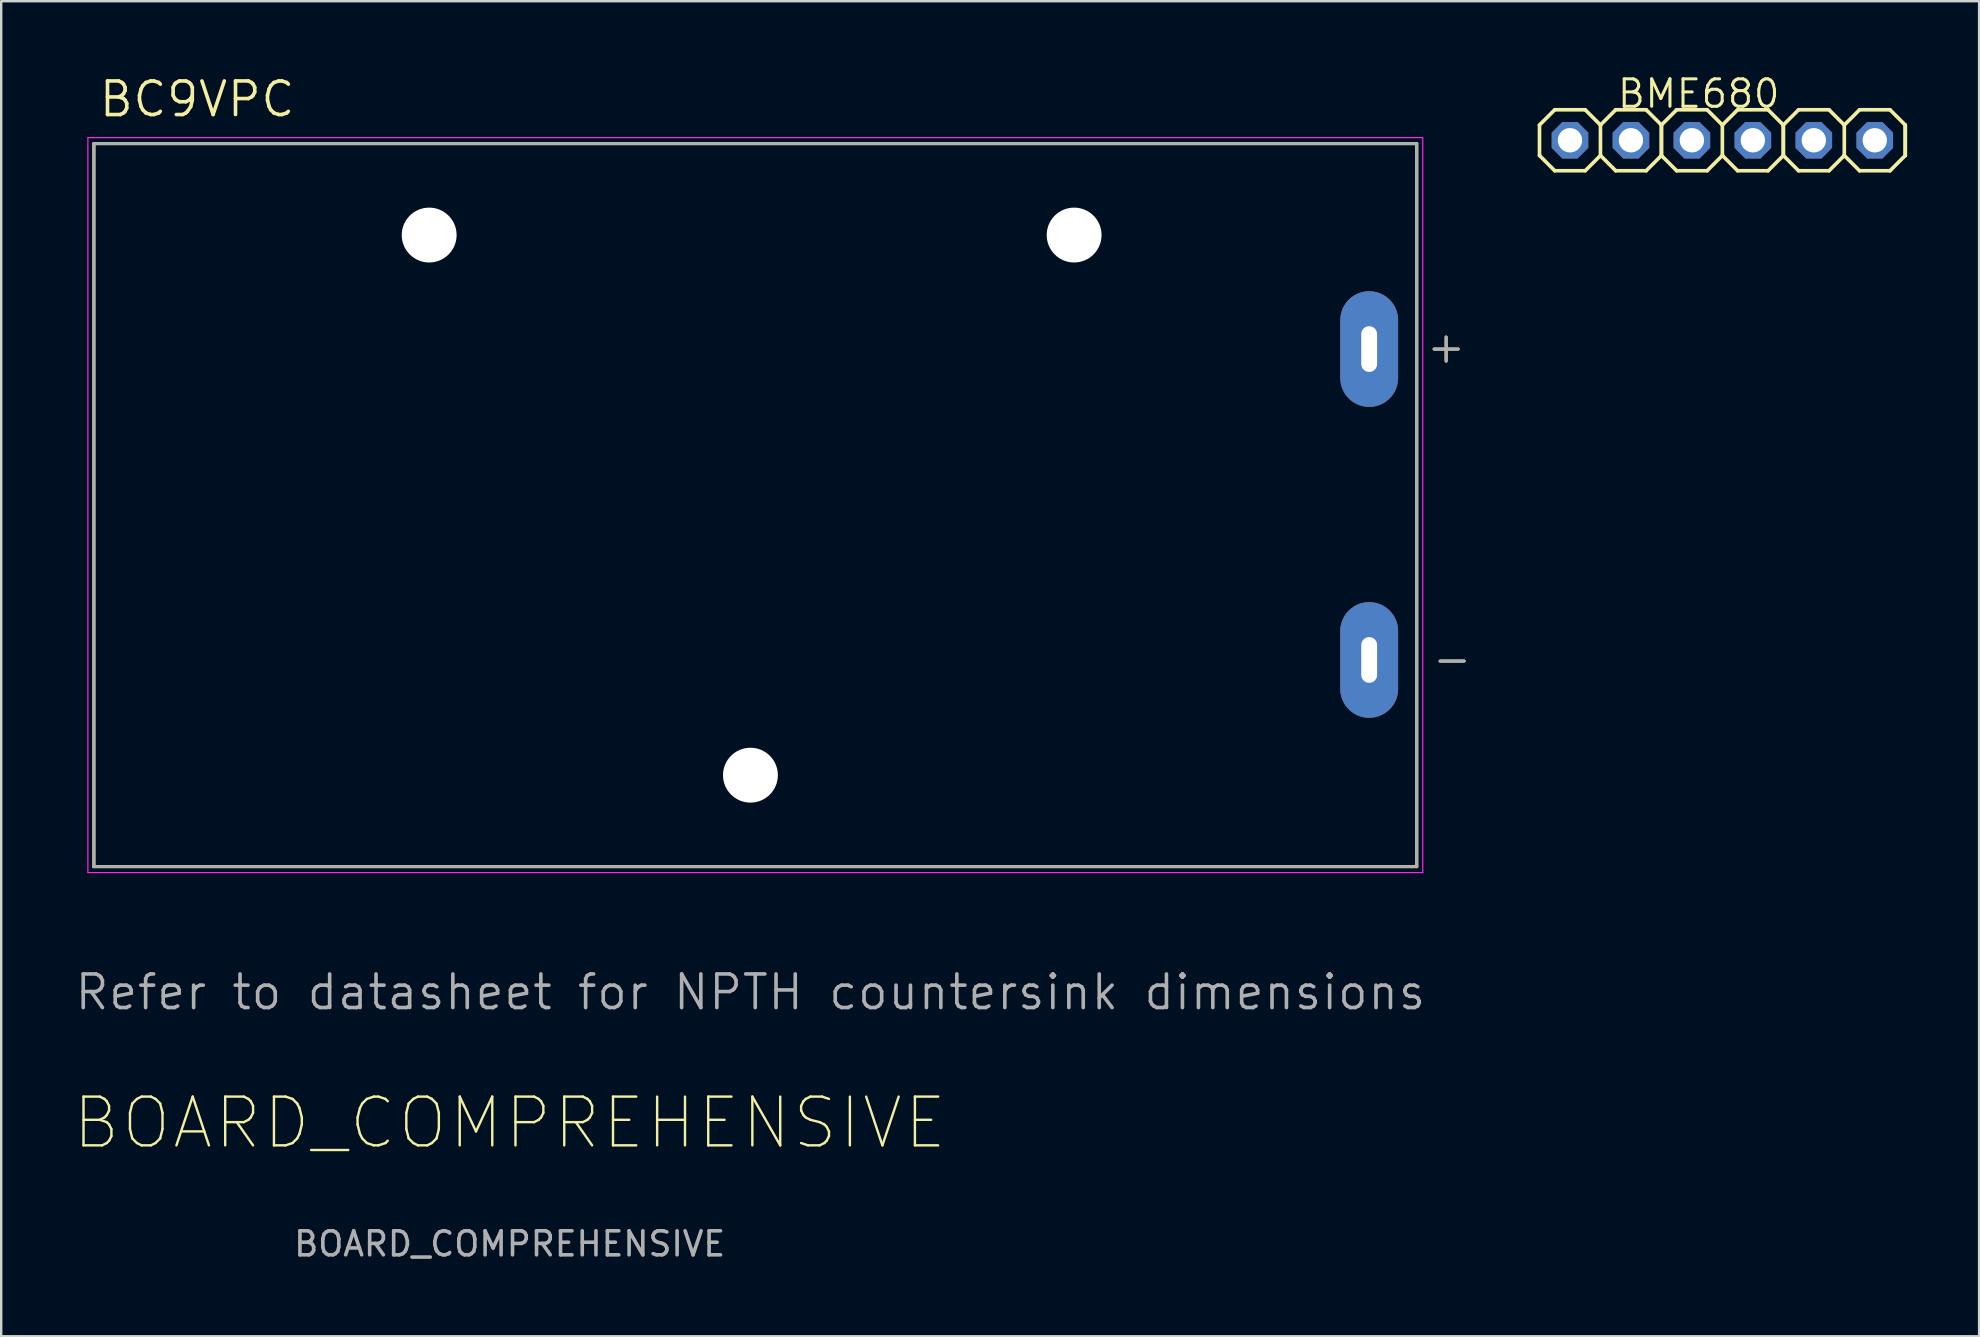
<source format=kicad_pcb>
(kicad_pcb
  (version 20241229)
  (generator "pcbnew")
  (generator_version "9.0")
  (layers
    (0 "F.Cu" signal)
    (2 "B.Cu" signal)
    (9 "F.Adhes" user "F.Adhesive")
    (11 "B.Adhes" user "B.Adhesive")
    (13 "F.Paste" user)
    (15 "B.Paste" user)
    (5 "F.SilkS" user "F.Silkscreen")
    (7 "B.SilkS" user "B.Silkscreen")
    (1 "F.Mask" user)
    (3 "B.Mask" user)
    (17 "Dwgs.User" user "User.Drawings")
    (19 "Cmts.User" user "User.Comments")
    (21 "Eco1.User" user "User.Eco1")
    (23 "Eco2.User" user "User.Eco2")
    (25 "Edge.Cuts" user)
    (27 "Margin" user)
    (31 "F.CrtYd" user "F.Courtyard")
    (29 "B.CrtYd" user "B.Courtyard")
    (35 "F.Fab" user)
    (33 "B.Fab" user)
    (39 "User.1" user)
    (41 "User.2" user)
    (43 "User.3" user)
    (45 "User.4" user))
  (footprint "BOARD_COMPREHENSIVE"
    (layer "F.Cu")
    (at 18.186 46.278)
    (property "Reference" "BOARD_COMPREHENSIVE" (at 0 -2.54 0) (unlocked yes) (layer "F.SilkS") (effects (font (size 2.032 2.032) (thickness 0.1))))
    (fp_text user "${REFERENCE}" (at 0 2.5 0) (unlocked yes) (layer "F.Fab") (effects (font (size 1 1) (thickness 0.15)))))
  (footprint "BME680"
    (layer "F.Cu")
    (at 64.905 2.794)
    (property "Reference" "BME680" (at -0.635 -1.27 0) (layer "F.SilkS") (effects (font (size 1.143 1.143) (thickness 0.127)) (justify left bottom)))
    (attr through_hole)
    (fp_line (start -3.81 -0.635) (end -3.81 0.635) (stroke (width 0.152) (type solid)) (layer "F.SilkS"))
    (fp_line (start -3.81 0.635) (end -3.175 1.27) (stroke (width 0.152) (type solid)) (layer "F.SilkS"))
    (fp_line (start -3.175 -1.27) (end -3.81 -0.635) (stroke (width 0.152) (type solid)) (layer "F.SilkS"))
    (fp_line (start -3.175 -1.27) (end -1.905 -1.27) (stroke (width 0.152) (type solid)) (layer "F.SilkS"))
    (fp_line (start -1.905 -1.27) (end -1.27 -0.635) (stroke (width 0.152) (type solid)) (layer "F.SilkS"))
    (fp_line (start -1.905 1.27) (end -3.175 1.27) (stroke (width 0.152) (type solid)) (layer "F.SilkS"))
    (fp_line (start -1.27 -0.635) (end -1.27 0.635) (stroke (width 0.152) (type solid)) (layer "F.SilkS"))
    (fp_line (start -1.27 -0.635) (end -0.635 -1.27) (stroke (width 0.152) (type solid)) (layer "F.SilkS"))
    (fp_line (start -1.27 0.635) (end -1.905 1.27) (stroke (width 0.152) (type solid)) (layer "F.SilkS"))
    (fp_line (start -0.635 -1.27) (end 0.635 -1.27) (stroke (width 0.152) (type solid)) (layer "F.SilkS"))
    (fp_line (start -0.635 1.27) (end -1.27 0.635) (stroke (width 0.152) (type solid)) (layer "F.SilkS"))
    (fp_line (start 0.635 -1.27) (end 1.27 -0.635) (stroke (width 0.152) (type solid)) (layer "F.SilkS"))
    (fp_line (start 0.635 1.27) (end -0.635 1.27) (stroke (width 0.152) (type solid)) (layer "F.SilkS"))
    (fp_line (start 1.27 -0.635) (end 1.27 0.635) (stroke (width 0.152) (type solid)) (layer "F.SilkS"))
    (fp_line (start 1.27 -0.635) (end 1.27 0.635) (stroke (width 0.152) (type solid)) (layer "F.SilkS"))
    (fp_line (start 1.27 0.635) (end 0.635 1.27) (stroke (width 0.152) (type solid)) (layer "F.SilkS"))
    (fp_line (start 1.27 0.635) (end 1.905 1.27) (stroke (width 0.152) (type solid)) (layer "F.SilkS"))
    (fp_line (start 1.905 -1.27) (end 1.27 -0.635) (stroke (width 0.152) (type solid)) (layer "F.SilkS"))
    (fp_line (start 1.905 -1.27) (end 3.175 -1.27) (stroke (width 0.152) (type solid)) (layer "F.SilkS"))
    (fp_line (start 3.175 -1.27) (end 3.81 -0.635) (stroke (width 0.152) (type solid)) (layer "F.SilkS"))
    (fp_line (start 3.175 1.27) (end 1.905 1.27) (stroke (width 0.152) (type solid)) (layer "F.SilkS"))
    (fp_line (start 3.81 -0.635) (end 3.81 0.635) (stroke (width 0.152) (type solid)) (layer "F.SilkS"))
    (fp_line (start 3.81 -0.635) (end 4.445 -1.27) (stroke (width 0.152) (type solid)) (layer "F.SilkS"))
    (fp_line (start 3.81 0.635) (end 3.175 1.27) (stroke (width 0.152) (type solid)) (layer "F.SilkS"))
    (fp_line (start 4.445 -1.27) (end 5.715 -1.27) (stroke (width 0.152) (type solid)) (layer "F.SilkS"))
    (fp_line (start 4.445 1.27) (end 3.81 0.635) (stroke (width 0.152) (type solid)) (layer "F.SilkS"))
    (fp_line (start 5.715 -1.27) (end 6.35 -0.635) (stroke (width 0.152) (type solid)) (layer "F.SilkS"))
    (fp_line (start 5.715 1.27) (end 4.445 1.27) (stroke (width 0.152) (type solid)) (layer "F.SilkS"))
    (fp_line (start 6.35 -0.635) (end 6.35 0.635) (stroke (width 0.152) (type solid)) (layer "F.SilkS"))
    (fp_line (start 6.35 -0.635) (end 6.35 0.635) (stroke (width 0.152) (type solid)) (layer "F.SilkS"))
    (fp_line (start 6.35 0.635) (end 5.715 1.27) (stroke (width 0.152) (type solid)) (layer "F.SilkS"))
    (fp_line (start 6.35 0.635) (end 6.985 1.27) (stroke (width 0.152) (type solid)) (layer "F.SilkS"))
    (fp_line (start 6.985 -1.27) (end 6.35 -0.635) (stroke (width 0.152) (type solid)) (layer "F.SilkS"))
    (fp_line (start 6.985 -1.27) (end 8.255 -1.27) (stroke (width 0.152) (type solid)) (layer "F.SilkS"))
    (fp_line (start 8.255 -1.27) (end 8.89 -0.635) (stroke (width 0.152) (type solid)) (layer "F.SilkS"))
    (fp_line (start 8.255 1.27) (end 6.985 1.27) (stroke (width 0.152) (type solid)) (layer "F.SilkS"))
    (fp_line (start 8.89 -0.635) (end 8.89 0.635) (stroke (width 0.152) (type solid)) (layer "F.SilkS"))
    (fp_line (start 8.89 -0.635) (end 9.525 -1.27) (stroke (width 0.152) (type solid)) (layer "F.SilkS"))
    (fp_line (start 8.89 0.635) (end 8.255 1.27) (stroke (width 0.152) (type solid)) (layer "F.SilkS"))
    (fp_line (start 9.525 -1.27) (end 10.795 -1.27) (stroke (width 0.152) (type solid)) (layer "F.SilkS"))
    (fp_line (start 9.525 1.27) (end 8.89 0.635) (stroke (width 0.152) (type solid)) (layer "F.SilkS"))
    (fp_line (start 10.795 -1.27) (end 11.43 -0.635) (stroke (width 0.152) (type solid)) (layer "F.SilkS"))
    (fp_line (start 10.795 1.27) (end 9.525 1.27) (stroke (width 0.152) (type solid)) (layer "F.SilkS"))
    (fp_line (start 11.43 -0.635) (end 11.43 0.635) (stroke (width 0.152) (type solid)) (layer "F.SilkS"))
    (fp_line (start 11.43 -0.635) (end 11.43 0.635) (stroke (width 0.152) (type solid)) (layer "F.SilkS"))
    (fp_line (start 11.43 0.635) (end 10.795 1.27) (stroke (width 0.152) (type solid)) (layer "F.SilkS"))
    (fp_poly (pts (xy -2.794 0.254) (xy -2.286 0.254) (xy -2.286 -0.254) (xy -2.794 -0.254)) (stroke (width 0.1) (type default)) (fill no) (layer "F.Fab"))
    (fp_poly (pts (xy -0.254 0.254) (xy 0.254 0.254) (xy 0.254 -0.254) (xy -0.254 -0.254)) (stroke (width 0.1) (type default)) (fill no) (layer "F.Fab"))
    (fp_poly (pts (xy 2.286 0.254) (xy 2.794 0.254) (xy 2.794 -0.254) (xy 2.286 -0.254)) (stroke (width 0.1) (type default)) (fill no) (layer "F.Fab"))
    (fp_poly (pts (xy 4.826 0.254) (xy 5.334 0.254) (xy 5.334 -0.254) (xy 4.826 -0.254)) (stroke (width 0.1) (type default)) (fill no) (layer "F.Fab"))
    (fp_poly (pts (xy 7.366 0.254) (xy 7.874 0.254) (xy 7.874 -0.254) (xy 7.366 -0.254)) (stroke (width 0.1) (type default)) (fill no) (layer "F.Fab"))
    (fp_poly (pts (xy 9.906 0.254) (xy 10.414 0.254) (xy 10.414 -0.254) (xy 9.906 -0.254)) (stroke (width 0.1) (type default)) (fill no) (layer "F.Fab"))
    (pad "1" thru_hole roundrect (at -2.54 0 90) (size 1.524 1.524) (drill 1.016) (layers "*.Cu" "*.Mask") (roundrect_rratio 0.25) (chamfer_ratio 0.293) (chamfer top_left top_right bottom_left bottom_right))
    (pad "2" thru_hole roundrect (at 0 0 90) (size 1.524 1.524) (drill 1.016) (layers "*.Cu" "*.Mask") (roundrect_rratio 0.25) (chamfer_ratio 0.293) (chamfer top_left top_right bottom_left bottom_right))
    (pad "3" thru_hole roundrect (at 2.54 0 90) (size 1.524 1.524) (drill 1.016) (layers "*.Cu" "*.Mask") (roundrect_rratio 0.25) (chamfer_ratio 0.293) (chamfer top_left top_right bottom_left bottom_right))
    (pad "4" thru_hole roundrect (at 5.08 0 90) (size 1.524 1.524) (drill 1.016) (layers "*.Cu" "*.Mask") (roundrect_rratio 0.25) (chamfer_ratio 0.293) (chamfer top_left top_right bottom_left bottom_right))
    (pad "5" thru_hole roundrect (at 7.62 0 90) (size 1.524 1.524) (drill 1.016) (layers "*.Cu" "*.Mask") (roundrect_rratio 0.25) (chamfer_ratio 0.293) (chamfer top_left top_right bottom_left bottom_right))
    (pad "6" thru_hole roundrect (at 10.16 0 90) (size 1.524 1.524) (drill 1.016) (layers "*.Cu" "*.Mask") (roundrect_rratio 0.25) (chamfer_ratio 0.293) (chamfer top_left top_right bottom_left bottom_right)))
  (footprint "BC9VPC"
    (layer "F.Cu")
    (at 28.218 17.971)
    (property "Reference" "BC9VPC" (at -23.055 -16.889 0) (layer "F.SilkS") (effects (font (size 1.4 1.4) (thickness 0.15))))
    (attr through_hole)
    (fp_line (start -27.356 -15.037) (end -27.356 15.088) (stroke (width 0.127) (type solid)) (layer "F.SilkS"))
    (fp_line (start -27.356 15.088) (end 27.762 15.088) (stroke (width 0.127) (type solid)) (layer "F.SilkS"))
    (fp_line (start 27.762 -15.037) (end -27.356 -15.037) (stroke (width 0.127) (type solid)) (layer "F.SilkS"))
    (fp_line (start 27.762 15.088) (end 27.762 -15.037) (stroke (width 0.127) (type solid)) (layer "F.SilkS"))
    (fp_line (start 28.487 -6.477) (end 29.487 -6.477) (stroke (width 0.127) (type solid)) (layer "F.SilkS"))
    (fp_line (start 28.737 6.523) (end 29.737 6.523) (stroke (width 0.127) (type solid)) (layer "F.SilkS"))
    (fp_line (start 28.987 -5.977) (end 28.987 -6.977) (stroke (width 0.127) (type solid)) (layer "F.SilkS"))
    (fp_line (start -27.606 -15.287) (end 28.012 -15.287) (stroke (width 0.05) (type solid)) (layer "F.CrtYd"))
    (fp_line (start -27.606 15.338) (end -27.606 -15.287) (stroke (width 0.05) (type solid)) (layer "F.CrtYd"))
    (fp_line (start 28.012 -15.287) (end 28.012 15.338) (stroke (width 0.05) (type solid)) (layer "F.CrtYd"))
    (fp_line (start 28.012 15.338) (end -27.606 15.338) (stroke (width 0.05) (type solid)) (layer "F.CrtYd"))
    (fp_line (start -27.356 -15.037) (end -27.356 15.088) (stroke (width 0.127) (type solid)) (layer "F.Fab"))
    (fp_line (start -27.356 15.088) (end 27.762 15.088) (stroke (width 0.127) (type solid)) (layer "F.Fab"))
    (fp_line (start 27.762 -15.037) (end -27.356 -15.037) (stroke (width 0.127) (type solid)) (layer "F.Fab"))
    (fp_line (start 27.762 15.088) (end 27.762 -15.037) (stroke (width 0.127) (type solid)) (layer "F.Fab"))
    (fp_line (start 28.487 -6.477) (end 29.487 -6.477) (stroke (width 0.127) (type solid)) (layer "F.Fab"))
    (fp_line (start 28.737 6.523) (end 29.737 6.523) (stroke (width 0.127) (type solid)) (layer "F.Fab"))
    (fp_line (start 28.987 -5.977) (end 28.987 -6.977) (stroke (width 0.127) (type solid)) (layer "F.Fab"))
    (fp_text user "Refer to datasheet for NPTH countersink dimensions" (at 0 20.32 0) (layer "F.Fab") (effects (font (size 1.4 1.4) (thickness 0.15))))
    (pad "" np_thru_hole circle (at -13.386 -11.227) (size 2.286 2.286) (drill 2.286) (layers "*.Cu" "*.Mask"))
    (pad "" np_thru_hole circle (at 0 11.278) (size 2.286 2.286) (drill 2.286) (layers "*.Cu" "*.Mask"))
    (pad "" np_thru_hole circle (at 13.487 -11.227) (size 2.286 2.286) (drill 2.286) (layers "*.Cu" "*.Mask"))
    (pad "N" thru_hole oval (at 25.781 6.477) (size 2.41 4.82) (drill oval 0.66 1.905) (layers "*.Cu" "*.Mask"))
    (pad "P" thru_hole oval (at 25.781 -6.477) (size 2.41 4.82) (drill oval 0.66 1.905) (layers "*.Cu" "*.Mask")))
  (gr_rect
    (start -3 -3)
    (end 79.412 52.626)
    (stroke (width 0.1) (type default))
    (fill no)
    (layer "Edge.Cuts")))
</source>
